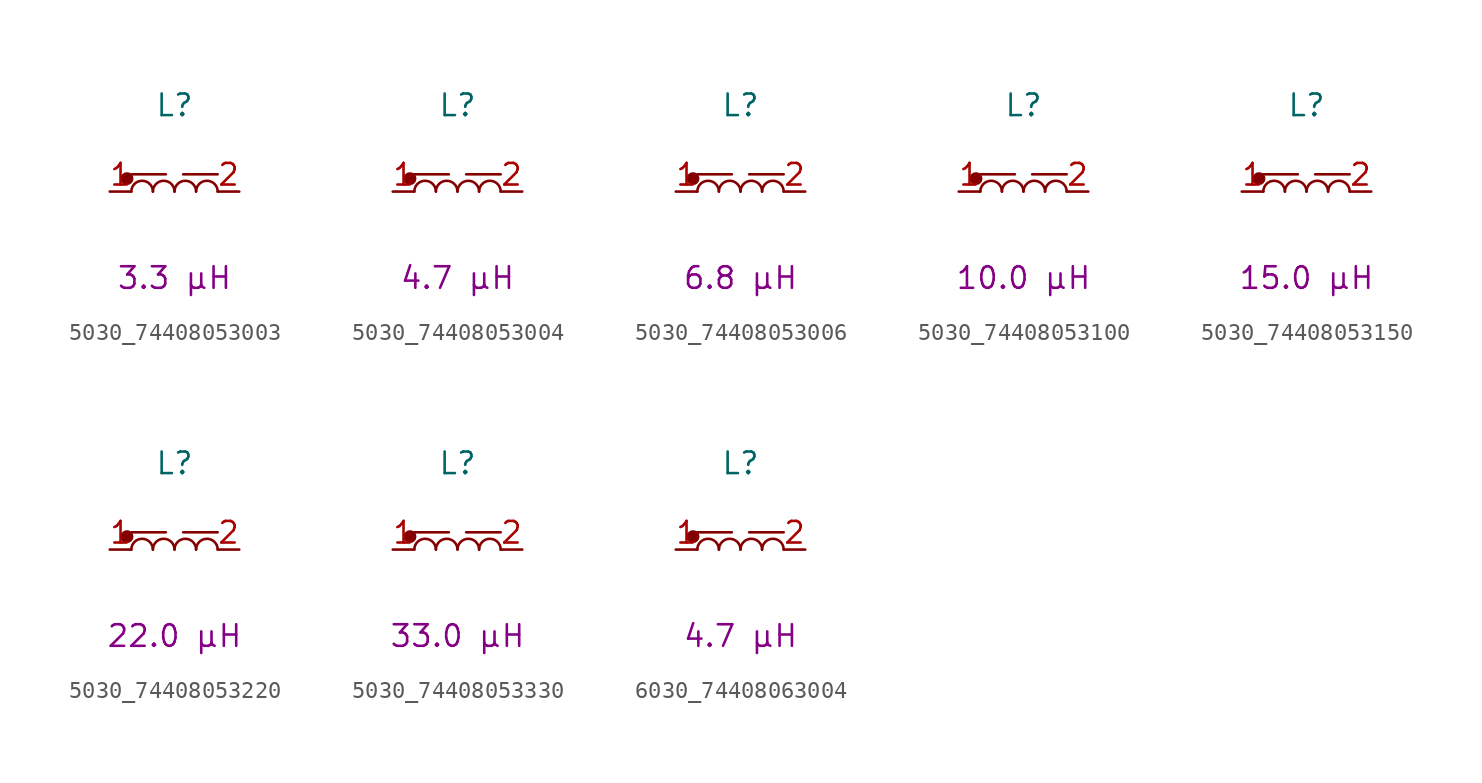
<source format=kicad_sym>
(kicad_symbol_lib
  (version 20220914)
  (generator kicad_symbol_editor)
  (symbol "5030_74408053003"
    (pin_names hide)
    (property "Reference" "L"
      (at 0 5.08 0)
      (effects (font (size 1.27 1.27))))
    (property "Critical Parameter" "3.3 µH"
      (at 0 -5.08 0)
      (effects (font (size 1.27 1.27))))
    (symbol "5030_74408053003_0_1"
      (arc (start -1.27 0) (mid -1.905 0.6323) (end -2.54 0) (stroke (width 0) (type default)) (fill (type none)))
      (arc (start 0 0) (mid -0.635 0.6323) (end -1.27 0) (stroke (width 0) (type default)) (fill (type none)))
      (polyline (pts (xy -2.54 1.016) (xy -0.508 1.016)) (stroke (width 0) (type default)) (fill (type none)))
      (arc (start 1.27 0) (mid 0.635 0.6323) (end 0 0) (stroke (width 0) (type default)) (fill (type none)))
      (arc (start 2.54 0) (mid 1.905 0.6323) (end 1.27 0) (stroke (width 0) (type default)) (fill (type none))))
    (symbol "5030_74408053003_1_1"
      (circle (center -2.794 0.762) (radius 0.0001) (stroke (width 0.381) (type default)) (fill (type none)))
      (polyline (pts (xy 2.54 1.016) (xy 0.508 1.016)) (stroke (width 0) (type default)) (fill (type none)))
      (pin passive line (at -3.81 0 0) (length 1.27) (name "1" (effects (font (size 1.27 1.27)))) (number "1" (effects (font (size 1.27 1.27)))))
      (pin passive line (at 3.81 0 180) (length 1.27) (name "2" (effects (font (size 1.27 1.27)))) (number "2" (effects (font (size 1.27 1.27)))))))
  (symbol "5030_74408053004"
    (pin_names hide)
    (property "Reference" "L"
      (at 0 5.08 0)
      (effects (font (size 1.27 1.27))))
    (property "Critical Parameter" "4.7 µH"
      (at 0 -5.08 0)
      (effects (font (size 1.27 1.27))))
    (symbol "5030_74408053004_0_1"
      (arc (start -1.27 0) (mid -1.905 0.6323) (end -2.54 0) (stroke (width 0) (type default)) (fill (type none)))
      (arc (start 0 0) (mid -0.635 0.6323) (end -1.27 0) (stroke (width 0) (type default)) (fill (type none)))
      (polyline (pts (xy -2.54 1.016) (xy -0.508 1.016)) (stroke (width 0) (type default)) (fill (type none)))
      (arc (start 1.27 0) (mid 0.635 0.6323) (end 0 0) (stroke (width 0) (type default)) (fill (type none)))
      (arc (start 2.54 0) (mid 1.905 0.6323) (end 1.27 0) (stroke (width 0) (type default)) (fill (type none))))
    (symbol "5030_74408053004_1_1"
      (circle (center -2.794 0.762) (radius 0.0001) (stroke (width 0.381) (type default)) (fill (type none)))
      (polyline (pts (xy 2.54 1.016) (xy 0.508 1.016)) (stroke (width 0) (type default)) (fill (type none)))
      (pin passive line (at -3.81 0 0) (length 1.27) (name "1" (effects (font (size 1.27 1.27)))) (number "1" (effects (font (size 1.27 1.27)))))
      (pin passive line (at 3.81 0 180) (length 1.27) (name "2" (effects (font (size 1.27 1.27)))) (number "2" (effects (font (size 1.27 1.27)))))))
  (symbol "5030_74408053006"
    (pin_names hide)
    (property "Reference" "L"
      (at 0 5.08 0)
      (effects (font (size 1.27 1.27))))
    (property "Critical Parameter" "6.8 µH"
      (at 0 -5.08 0)
      (effects (font (size 1.27 1.27))))
    (symbol "5030_74408053006_0_1"
      (arc (start -1.27 0) (mid -1.905 0.6323) (end -2.54 0) (stroke (width 0) (type default)) (fill (type none)))
      (arc (start 0 0) (mid -0.635 0.6323) (end -1.27 0) (stroke (width 0) (type default)) (fill (type none)))
      (polyline (pts (xy -2.54 1.016) (xy -0.508 1.016)) (stroke (width 0) (type default)) (fill (type none)))
      (arc (start 1.27 0) (mid 0.635 0.6323) (end 0 0) (stroke (width 0) (type default)) (fill (type none)))
      (arc (start 2.54 0) (mid 1.905 0.6323) (end 1.27 0) (stroke (width 0) (type default)) (fill (type none))))
    (symbol "5030_74408053006_1_1"
      (circle (center -2.794 0.762) (radius 0.0001) (stroke (width 0.381) (type default)) (fill (type none)))
      (polyline (pts (xy 2.54 1.016) (xy 0.508 1.016)) (stroke (width 0) (type default)) (fill (type none)))
      (pin passive line (at -3.81 0 0) (length 1.27) (name "1" (effects (font (size 1.27 1.27)))) (number "1" (effects (font (size 1.27 1.27)))))
      (pin passive line (at 3.81 0 180) (length 1.27) (name "2" (effects (font (size 1.27 1.27)))) (number "2" (effects (font (size 1.27 1.27)))))))
  (symbol "5030_74408053100"
    (pin_names hide)
    (property "Reference" "L"
      (at 0 5.08 0)
      (effects (font (size 1.27 1.27))))
    (property "Critical Parameter" "10.0 µH"
      (at 0 -5.08 0)
      (effects (font (size 1.27 1.27))))
    (symbol "5030_74408053100_0_1"
      (arc (start -1.27 0) (mid -1.905 0.6323) (end -2.54 0) (stroke (width 0) (type default)) (fill (type none)))
      (arc (start 0 0) (mid -0.635 0.6323) (end -1.27 0) (stroke (width 0) (type default)) (fill (type none)))
      (polyline (pts (xy -2.54 1.016) (xy -0.508 1.016)) (stroke (width 0) (type default)) (fill (type none)))
      (arc (start 1.27 0) (mid 0.635 0.6323) (end 0 0) (stroke (width 0) (type default)) (fill (type none)))
      (arc (start 2.54 0) (mid 1.905 0.6323) (end 1.27 0) (stroke (width 0) (type default)) (fill (type none))))
    (symbol "5030_74408053100_1_1"
      (circle (center -2.794 0.762) (radius 0.0001) (stroke (width 0.381) (type default)) (fill (type none)))
      (polyline (pts (xy 2.54 1.016) (xy 0.508 1.016)) (stroke (width 0) (type default)) (fill (type none)))
      (pin passive line (at -3.81 0 0) (length 1.27) (name "1" (effects (font (size 1.27 1.27)))) (number "1" (effects (font (size 1.27 1.27)))))
      (pin passive line (at 3.81 0 180) (length 1.27) (name "2" (effects (font (size 1.27 1.27)))) (number "2" (effects (font (size 1.27 1.27)))))))
  (symbol "5030_74408053150"
    (pin_names hide)
    (property "Reference" "L"
      (at 0 5.08 0)
      (effects (font (size 1.27 1.27))))
    (property "Critical Parameter" "15.0 µH"
      (at 0 -5.08 0)
      (effects (font (size 1.27 1.27))))
    (symbol "5030_74408053150_0_1"
      (arc (start -1.27 0) (mid -1.905 0.6323) (end -2.54 0) (stroke (width 0) (type default)) (fill (type none)))
      (arc (start 0 0) (mid -0.635 0.6323) (end -1.27 0) (stroke (width 0) (type default)) (fill (type none)))
      (polyline (pts (xy -2.54 1.016) (xy -0.508 1.016)) (stroke (width 0) (type default)) (fill (type none)))
      (arc (start 1.27 0) (mid 0.635 0.6323) (end 0 0) (stroke (width 0) (type default)) (fill (type none)))
      (arc (start 2.54 0) (mid 1.905 0.6323) (end 1.27 0) (stroke (width 0) (type default)) (fill (type none))))
    (symbol "5030_74408053150_1_1"
      (circle (center -2.794 0.762) (radius 0.0001) (stroke (width 0.381) (type default)) (fill (type none)))
      (polyline (pts (xy 2.54 1.016) (xy 0.508 1.016)) (stroke (width 0) (type default)) (fill (type none)))
      (pin passive line (at -3.81 0 0) (length 1.27) (name "1" (effects (font (size 1.27 1.27)))) (number "1" (effects (font (size 1.27 1.27)))))
      (pin passive line (at 3.81 0 180) (length 1.27) (name "2" (effects (font (size 1.27 1.27)))) (number "2" (effects (font (size 1.27 1.27)))))))
  (symbol "5030_74408053220"
    (pin_names hide)
    (property "Reference" "L"
      (at 0 5.08 0)
      (effects (font (size 1.27 1.27))))
    (property "Critical Parameter" "22.0 µH"
      (at 0 -5.08 0)
      (effects (font (size 1.27 1.27))))
    (symbol "5030_74408053220_0_1"
      (arc (start -1.27 0) (mid -1.905 0.6323) (end -2.54 0) (stroke (width 0) (type default)) (fill (type none)))
      (arc (start 0 0) (mid -0.635 0.6323) (end -1.27 0) (stroke (width 0) (type default)) (fill (type none)))
      (polyline (pts (xy -2.54 1.016) (xy -0.508 1.016)) (stroke (width 0) (type default)) (fill (type none)))
      (arc (start 1.27 0) (mid 0.635 0.6323) (end 0 0) (stroke (width 0) (type default)) (fill (type none)))
      (arc (start 2.54 0) (mid 1.905 0.6323) (end 1.27 0) (stroke (width 0) (type default)) (fill (type none))))
    (symbol "5030_74408053220_1_1"
      (circle (center -2.794 0.762) (radius 0.0001) (stroke (width 0.381) (type default)) (fill (type none)))
      (polyline (pts (xy 2.54 1.016) (xy 0.508 1.016)) (stroke (width 0) (type default)) (fill (type none)))
      (pin passive line (at -3.81 0 0) (length 1.27) (name "1" (effects (font (size 1.27 1.27)))) (number "1" (effects (font (size 1.27 1.27)))))
      (pin passive line (at 3.81 0 180) (length 1.27) (name "2" (effects (font (size 1.27 1.27)))) (number "2" (effects (font (size 1.27 1.27)))))))
  (symbol "5030_74408053330"
    (pin_names hide)
    (property "Reference" "L"
      (at 0 5.08 0)
      (effects (font (size 1.27 1.27))))
    (property "Critical Parameter" "33.0 µH"
      (at 0 -5.08 0)
      (effects (font (size 1.27 1.27))))
    (symbol "5030_74408053330_0_1"
      (arc (start -1.27 0) (mid -1.905 0.6323) (end -2.54 0) (stroke (width 0) (type default)) (fill (type none)))
      (arc (start 0 0) (mid -0.635 0.6323) (end -1.27 0) (stroke (width 0) (type default)) (fill (type none)))
      (polyline (pts (xy -2.54 1.016) (xy -0.508 1.016)) (stroke (width 0) (type default)) (fill (type none)))
      (arc (start 1.27 0) (mid 0.635 0.6323) (end 0 0) (stroke (width 0) (type default)) (fill (type none)))
      (arc (start 2.54 0) (mid 1.905 0.6323) (end 1.27 0) (stroke (width 0) (type default)) (fill (type none))))
    (symbol "5030_74408053330_1_1"
      (circle (center -2.794 0.762) (radius 0.0001) (stroke (width 0.381) (type default)) (fill (type none)))
      (polyline (pts (xy 2.54 1.016) (xy 0.508 1.016)) (stroke (width 0) (type default)) (fill (type none)))
      (pin passive line (at -3.81 0 0) (length 1.27) (name "1" (effects (font (size 1.27 1.27)))) (number "1" (effects (font (size 1.27 1.27)))))
      (pin passive line (at 3.81 0 180) (length 1.27) (name "2" (effects (font (size 1.27 1.27)))) (number "2" (effects (font (size 1.27 1.27)))))))
  (symbol "6030_74408063004"
    (pin_names hide)
    (property "Reference" "L"
      (at 0 5.08 0)
      (effects (font (size 1.27 1.27))))
    (property "Critical Parameter" "4.7 µH"
      (at 0 -5.08 0)
      (effects (font (size 1.27 1.27))))
    (symbol "6030_74408063004_0_1"
      (arc (start -1.27 0) (mid -1.905 0.6323) (end -2.54 0) (stroke (width 0) (type default)) (fill (type none)))
      (arc (start 0 0) (mid -0.635 0.6323) (end -1.27 0) (stroke (width 0) (type default)) (fill (type none)))
      (polyline (pts (xy -2.54 1.016) (xy -0.508 1.016)) (stroke (width 0) (type default)) (fill (type none)))
      (arc (start 1.27 0) (mid 0.635 0.6323) (end 0 0) (stroke (width 0) (type default)) (fill (type none)))
      (arc (start 2.54 0) (mid 1.905 0.6323) (end 1.27 0) (stroke (width 0) (type default)) (fill (type none))))
    (symbol "6030_74408063004_1_1"
      (circle (center -2.794 0.762) (radius 0.0001) (stroke (width 0.381) (type default)) (fill (type none)))
      (polyline (pts (xy 2.54 1.016) (xy 0.508 1.016)) (stroke (width 0) (type default)) (fill (type none)))
      (pin passive line (at -3.81 0 0) (length 1.27) (name "1" (effects (font (size 1.27 1.27)))) (number "1" (effects (font (size 1.27 1.27)))))
      (pin passive line (at 3.81 0 180) (length 1.27) (name "2" (effects (font (size 1.27 1.27)))) (number "2" (effects (font (size 1.27 1.27))))))))
</source>
